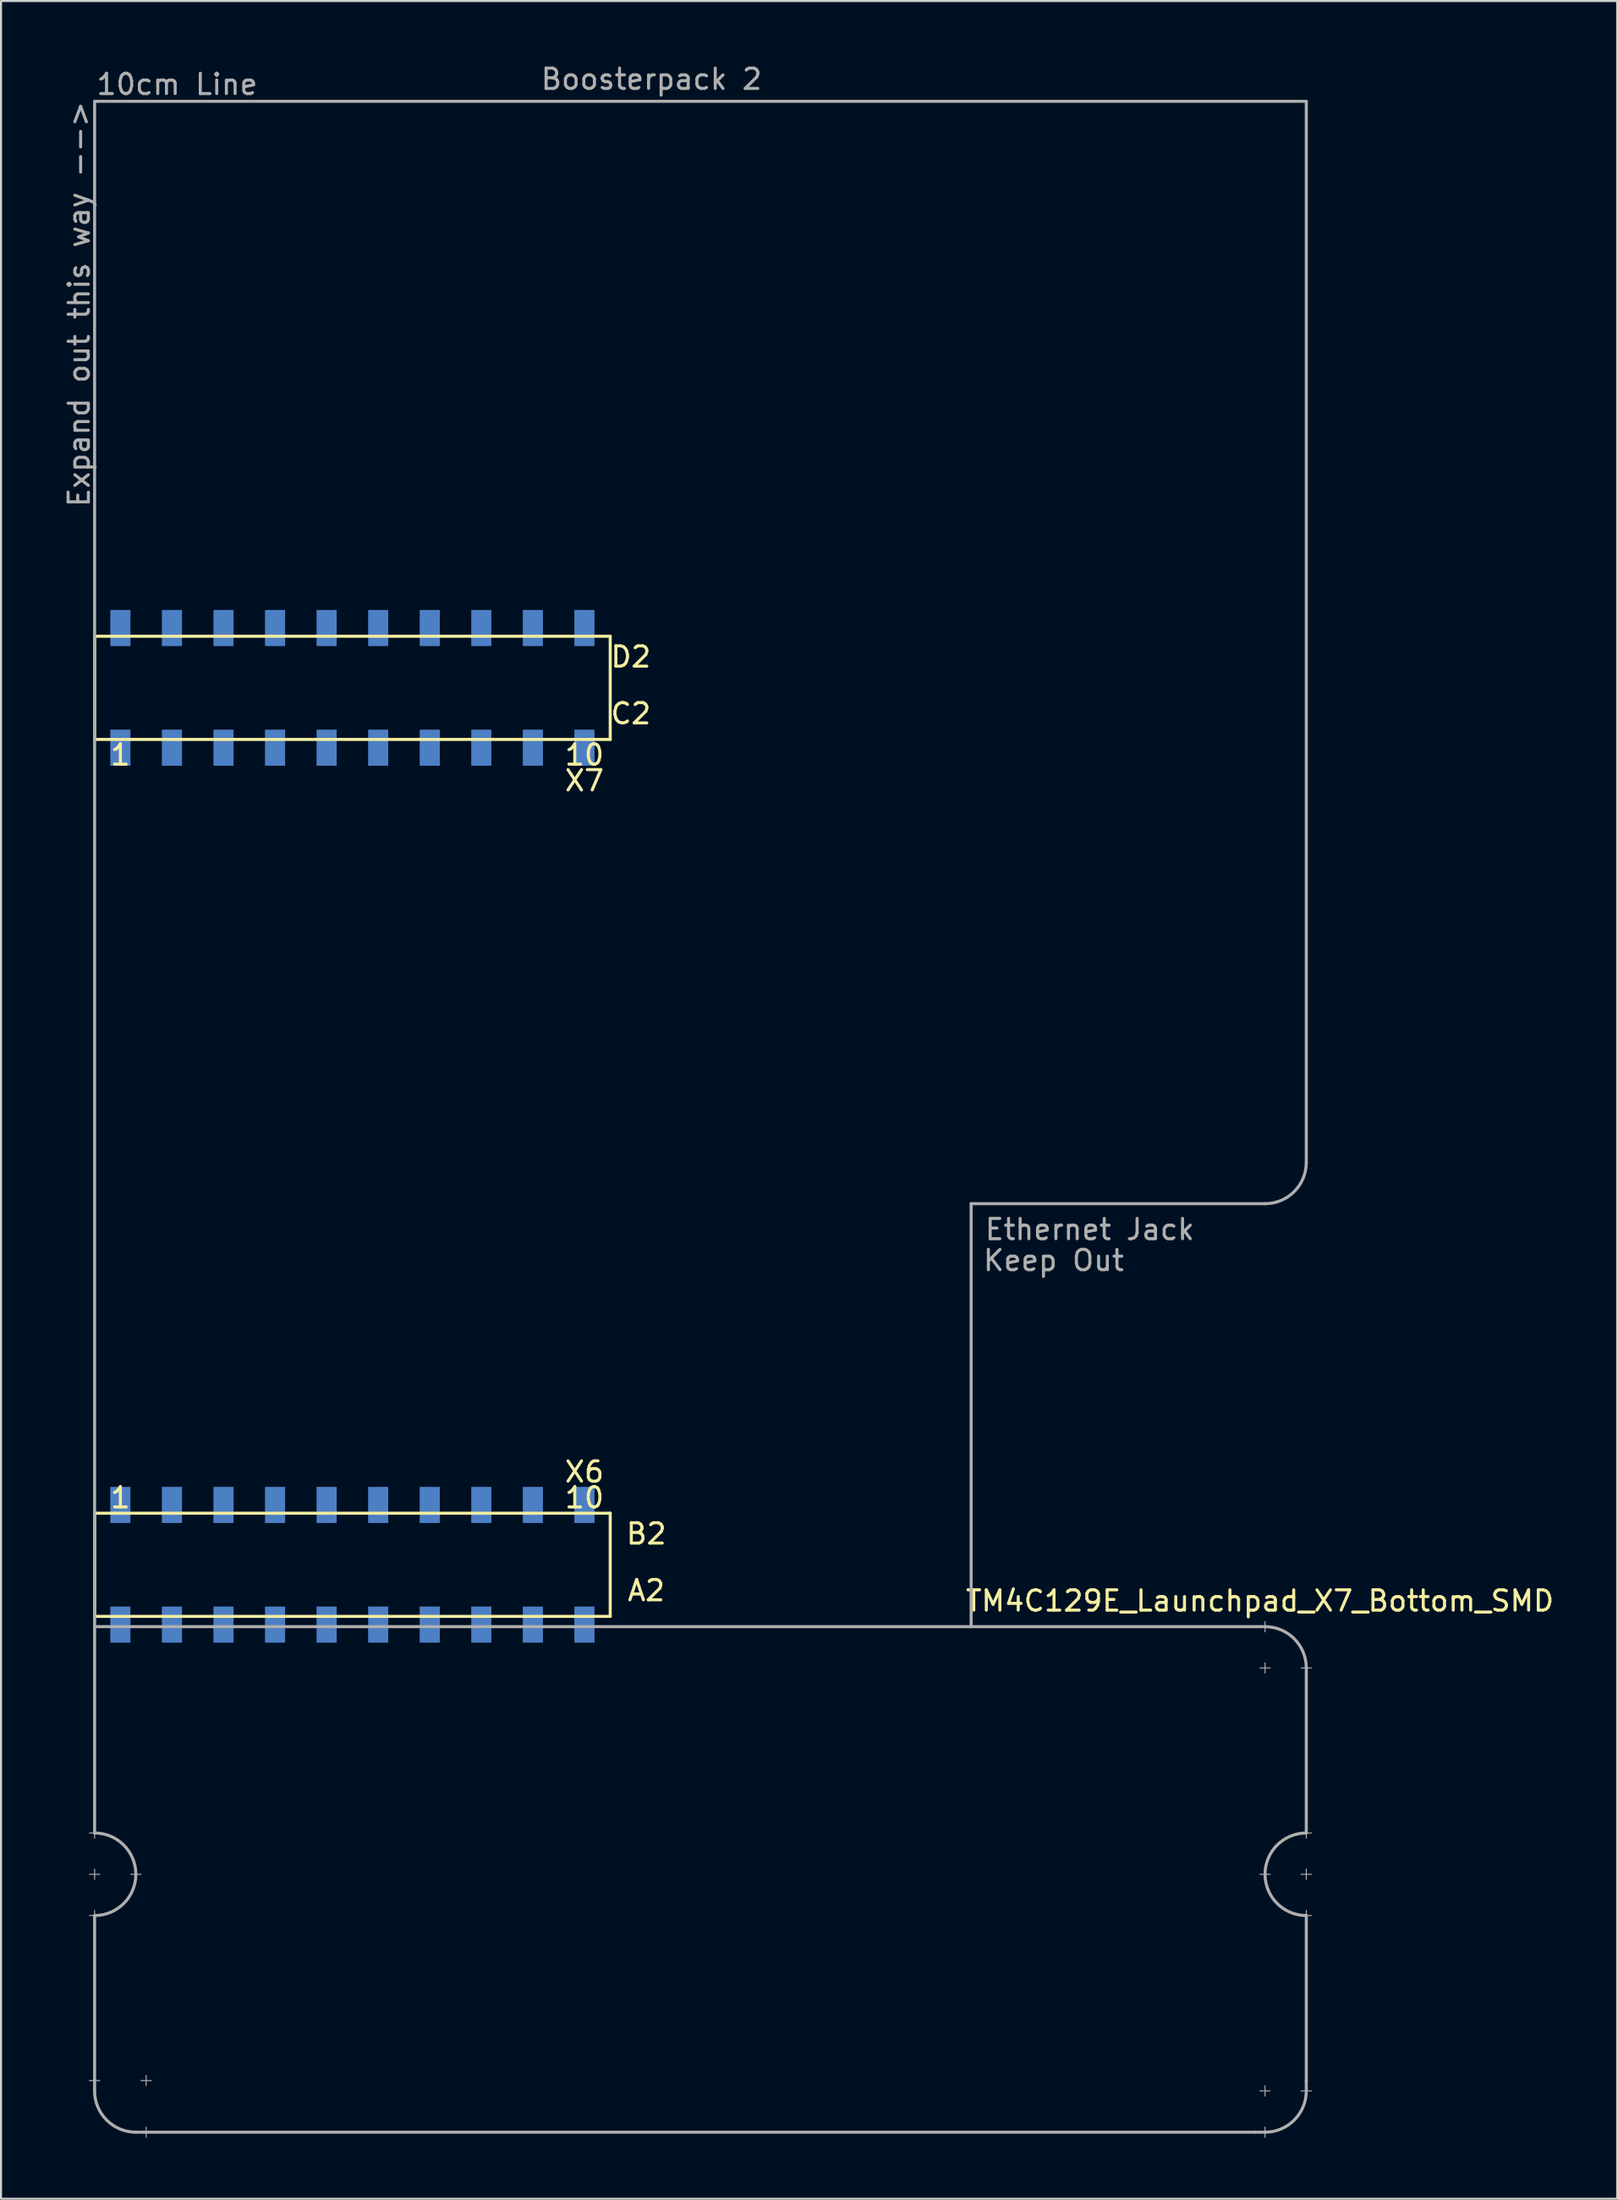
<source format=kicad_pcb>
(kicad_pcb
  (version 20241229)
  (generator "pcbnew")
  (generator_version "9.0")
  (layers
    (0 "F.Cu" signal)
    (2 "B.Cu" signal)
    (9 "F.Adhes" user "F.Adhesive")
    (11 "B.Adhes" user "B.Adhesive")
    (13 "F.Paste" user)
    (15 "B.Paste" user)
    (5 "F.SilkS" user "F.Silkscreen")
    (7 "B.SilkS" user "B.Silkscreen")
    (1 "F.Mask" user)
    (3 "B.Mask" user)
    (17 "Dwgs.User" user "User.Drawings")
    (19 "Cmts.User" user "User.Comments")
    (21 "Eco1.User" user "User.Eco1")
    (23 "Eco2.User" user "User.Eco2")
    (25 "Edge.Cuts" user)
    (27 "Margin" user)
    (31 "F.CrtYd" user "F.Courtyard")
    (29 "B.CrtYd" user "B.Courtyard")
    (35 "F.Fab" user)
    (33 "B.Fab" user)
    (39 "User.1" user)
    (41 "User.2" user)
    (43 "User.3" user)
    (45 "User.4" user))
  (footprint "TM4C129E_Launchpad_X7_Bottom_SMD"
    (layer "F.Cu")
    (at 1.61 77.048)
    (property "Reference" "TM4C129E_Launchpad_X7_Bottom_SMD" (at 57.404 -1.27 180) (layer "F.SilkS") (effects (font (size 1 1) (thickness 0.15))))
    (attr through_hole)
    (fp_line (start 0 -48.768) (end 0 -43.688) (stroke (width 0.15) (type solid)) (layer "F.SilkS"))
    (fp_line (start 0 -43.688) (end 25.4 -43.688) (stroke (width 0.15) (type solid)) (layer "F.SilkS"))
    (fp_line (start 0 -5.588) (end 0 -0.508) (stroke (width 0.15) (type solid)) (layer "F.SilkS"))
    (fp_line (start 0 -0.508) (end 25.4 -0.508) (stroke (width 0.15) (type solid)) (layer "F.SilkS"))
    (fp_line (start 25.4 -48.768) (end 0 -48.768) (stroke (width 0.15) (type solid)) (layer "F.SilkS"))
    (fp_line (start 25.4 -43.688) (end 25.4 -48.768) (stroke (width 0.15) (type solid)) (layer "F.SilkS"))
    (fp_line (start 25.4 -5.588) (end 0 -5.588) (stroke (width 0.15) (type solid)) (layer "F.SilkS"))
    (fp_line (start 25.4 -0.508) (end 25.4 -5.588) (stroke (width 0.15) (type solid)) (layer "F.SilkS"))
    (fp_line (start 0 -75.108) (end 59.69 -75.108) (stroke (width 0.15) (type solid)) (layer "F.Fab"))
    (fp_line (start 0 -0.508) (end 0 -75.108) (stroke (width 0.15) (type solid)) (layer "F.Fab"))
    (fp_line (start 0 -0.508) (end 0 10.16) (stroke (width 0.15) (type solid)) (layer "F.Fab"))
    (fp_line (start 0 0) (end 57.658 0) (stroke (width 0.15) (type solid)) (layer "F.Fab"))
    (fp_line (start 0 10.414) (end 0 9.906) (stroke (width 0.05) (type solid)) (layer "F.Fab"))
    (fp_line (start 0 12.446) (end 0 11.938) (stroke (width 0.05) (type solid)) (layer "F.Fab"))
    (fp_line (start 0 14.224) (end 0 22.352) (stroke (width 0.15) (type solid)) (layer "F.Fab"))
    (fp_line (start 0 14.478) (end 0 13.97) (stroke (width 0.05) (type solid)) (layer "F.Fab"))
    (fp_line (start 0 22.86) (end 0 22.327) (stroke (width 0.15) (type solid)) (layer "F.Fab"))
    (fp_line (start 0.254 10.16) (end -0.254 10.16) (stroke (width 0.05) (type solid)) (layer "F.Fab"))
    (fp_line (start 0.254 12.192) (end -0.254 12.192) (stroke (width 0.05) (type solid)) (layer "F.Fab"))
    (fp_line (start 0.254 14.224) (end -0.254 14.224) (stroke (width 0.05) (type solid)) (layer "F.Fab"))
    (fp_line (start 0.254 22.352) (end -0.254 22.352) (stroke (width 0.05) (type solid)) (layer "F.Fab"))
    (fp_line (start 2.032 24.892) (end 2.54 24.892) (stroke (width 0.15) (type solid)) (layer "F.Fab"))
    (fp_line (start 2.286 12.192) (end 1.778 12.192) (stroke (width 0.05) (type solid)) (layer "F.Fab"))
    (fp_line (start 2.54 22.606) (end 2.54 22.098) (stroke (width 0.05) (type solid)) (layer "F.Fab"))
    (fp_line (start 2.54 25.146) (end 2.54 24.638) (stroke (width 0.05) (type solid)) (layer "F.Fab"))
    (fp_line (start 2.794 22.352) (end 2.286 22.352) (stroke (width 0.05) (type solid)) (layer "F.Fab"))
    (fp_line (start 43.18 -20.828) (end 43.18 0) (stroke (width 0.15) (type solid)) (layer "F.Fab"))
    (fp_line (start 57.15 24.892) (end 2.54 24.892) (stroke (width 0.15) (type solid)) (layer "F.Fab"))
    (fp_line (start 57.15 24.892) (end 57.658 24.892) (stroke (width 0.15) (type solid)) (layer "F.Fab"))
    (fp_line (start 57.658 -20.828) (end 43.18 -20.828) (stroke (width 0.15) (type solid)) (layer "F.Fab"))
    (fp_line (start 57.658 0.254) (end 57.658 -0.254) (stroke (width 0.05) (type solid)) (layer "F.Fab"))
    (fp_line (start 57.658 2.286) (end 57.658 1.778) (stroke (width 0.05) (type solid)) (layer "F.Fab"))
    (fp_line (start 57.658 23.114) (end 57.658 22.606) (stroke (width 0.05) (type solid)) (layer "F.Fab"))
    (fp_line (start 57.658 25.146) (end 57.658 24.638) (stroke (width 0.05) (type solid)) (layer "F.Fab"))
    (fp_line (start 57.912 2.032) (end 57.404 2.032) (stroke (width 0.05) (type solid)) (layer "F.Fab"))
    (fp_line (start 57.912 12.192) (end 57.404 12.192) (stroke (width 0.05) (type solid)) (layer "F.Fab"))
    (fp_line (start 57.912 22.86) (end 57.404 22.86) (stroke (width 0.05) (type solid)) (layer "F.Fab"))
    (fp_line (start 59.69 -75.108) (end 59.69 -22.86) (stroke (width 0.15) (type solid)) (layer "F.Fab"))
    (fp_line (start 59.69 2.032) (end 59.69 10.16) (stroke (width 0.15) (type solid)) (layer "F.Fab"))
    (fp_line (start 59.69 10.414) (end 59.69 9.906) (stroke (width 0.05) (type solid)) (layer "F.Fab"))
    (fp_line (start 59.69 12.446) (end 59.69 11.938) (stroke (width 0.05) (type solid)) (layer "F.Fab"))
    (fp_line (start 59.69 14.224) (end 59.69 22.352) (stroke (width 0.15) (type solid)) (layer "F.Fab"))
    (fp_line (start 59.69 14.478) (end 59.69 13.97) (stroke (width 0.05) (type solid)) (layer "F.Fab"))
    (fp_line (start 59.69 22.86) (end 59.69 22.352) (stroke (width 0.15) (type solid)) (layer "F.Fab"))
    (fp_line (start 59.944 2.032) (end 59.436 2.032) (stroke (width 0.05) (type solid)) (layer "F.Fab"))
    (fp_line (start 59.944 10.16) (end 59.436 10.16) (stroke (width 0.05) (type solid)) (layer "F.Fab"))
    (fp_line (start 59.944 12.192) (end 59.436 12.192) (stroke (width 0.05) (type solid)) (layer "F.Fab"))
    (fp_line (start 59.944 14.224) (end 59.436 14.224) (stroke (width 0.05) (type solid)) (layer "F.Fab"))
    (fp_line (start 59.944 22.86) (end 59.436 22.86) (stroke (width 0.05) (type solid)) (layer "F.Fab"))
    (fp_arc (start 0 10.16) (mid 1.436841 10.755159) (end 2.032 12.192) (stroke (width 0.15) (type solid)) (layer "F.Fab"))
    (fp_arc (start 2.032 12.192) (mid 1.436841 13.628841) (end 0 14.224) (stroke (width 0.15) (type solid)) (layer "F.Fab"))
    (fp_arc (start 2.032 24.892) (mid 0.595159 24.296841) (end 0 22.86) (stroke (width 0.15) (type solid)) (layer "F.Fab"))
    (fp_arc (start 57.658 0) (mid 59.094841 0.595159) (end 59.69 2.032) (stroke (width 0.15) (type solid)) (layer "F.Fab"))
    (fp_arc (start 57.658 12.192) (mid 58.253159 10.755159) (end 59.69 10.16) (stroke (width 0.15) (type solid)) (layer "F.Fab"))
    (fp_arc (start 59.69 -22.86) (mid 59.094841 -21.423159) (end 57.658 -20.828) (stroke (width 0.15) (type solid)) (layer "F.Fab"))
    (fp_arc (start 59.69 14.224) (mid 58.253159 13.628841) (end 57.658 12.192) (stroke (width 0.15) (type solid)) (layer "F.Fab"))
    (fp_arc (start 59.69 22.86) (mid 59.094841 24.296841) (end 57.658 24.892) (stroke (width 0.15) (type solid)) (layer "F.Fab"))
    (fp_text user "1" (at 1.27 -6.35 180) (layer "F.SilkS") (effects (font (size 1 1) (thickness 0.15))))
    (fp_text user "10" (at 24.13 -6.35 180) (layer "F.SilkS") (effects (font (size 1 1) (thickness 0.15))))
    (fp_text user "D2" (at 26.416 -47.752 0) (layer "F.SilkS") (effects (font (size 1 1) (thickness 0.15))))
    (fp_text user "10" (at 24.13 -42.926 180) (layer "F.SilkS") (effects (font (size 1 1) (thickness 0.15))))
    (fp_text user "1" (at 1.27 -42.926 180) (layer "F.SilkS") (effects (font (size 1 1) (thickness 0.15))))
    (fp_text user "X6" (at 24.13 -7.62 0) (layer "F.SilkS") (effects (font (size 1 1) (thickness 0.15))))
    (fp_text user "A2" (at 27.178 -1.778 180) (layer "F.SilkS") (effects (font (size 1 1) (thickness 0.15))))
    (fp_text user "B2" (at 27.178 -4.572 180) (layer "F.SilkS") (effects (font (size 1 1) (thickness 0.15))))
    (fp_text user "X7" (at 24.13 -41.656 180) (layer "F.SilkS") (effects (font (size 1 1) (thickness 0.15))))
    (fp_text user "C2" (at 26.416 -44.958 180) (layer "F.SilkS") (effects (font (size 1 1) (thickness 0.15))))
    (fp_text user "Expand out this way -->" (at -0.762 -65.126 90) (layer "F.Fab") (effects (font (size 1 1) (thickness 0.15))))
    (fp_text user "Keep Out" (at 47.244 -18.034 0) (layer "F.Fab") (effects (font (size 1 1) (thickness 0.15))))
    (fp_text user "10cm Line" (at 4.064 -75.946 0) (layer "F.Fab") (effects (font (size 1 1) (thickness 0.15))))
    (fp_text user "Boosterpack 2" (at 27.432 -76.2 0) (layer "F.Fab") (effects (font (size 1 1) (thickness 0.15))))
    (fp_text user "Ethernet Jack" (at 49.022 -19.558 0) (layer "F.Fab") (effects (font (size 1 1) (thickness 0.15))))
    (pad "+3V3" smd rect (at 1.27 -0.102 180) (size 0.991 1.778) (layers "B.Cu" "B.Mask" "B.Paste"))
    (pad "+5V" smd rect (at 1.27 -5.994 180) (size 0.991 1.778) (layers "B.Cu" "B.Mask" "B.Paste"))
    (pad "GND" smd rect (at 1.27 -49.174 180) (size 0.991 1.778) (layers "B.Cu" "B.Mask" "B.Paste"))
    (pad "GND" smd rect (at 3.81 -5.994 180) (size 0.991 1.778) (layers "B.Cu" "B.Mask" "B.Paste"))
    (pad "PA4" smd rect (at 21.59 -5.994 180) (size 0.991 1.778) (layers "B.Cu" "B.Mask" "B.Paste"))
    (pad "PA5" smd rect (at 24.13 -5.994 180) (size 0.991 1.778) (layers "B.Cu" "B.Mask" "B.Paste"))
    (pad "PA7" smd rect (at 8.89 -49.174 180) (size 0.991 1.778) (layers "B.Cu" "B.Mask" "B.Paste"))
    (pad "PB4" smd rect (at 6.35 -5.994 180) (size 0.991 1.778) (layers "B.Cu" "B.Mask" "B.Paste"))
    (pad "PB5" smd rect (at 8.89 -5.994 180) (size 0.991 1.778) (layers "B.Cu" "B.Mask" "B.Paste"))
    (pad "PD2" smd rect (at 3.81 -0.102 180) (size 0.991 1.778) (layers "B.Cu" "B.Mask" "B.Paste"))
    (pad "PD4" smd rect (at 11.43 -0.102 180) (size 0.991 1.778) (layers "B.Cu" "B.Mask" "B.Paste"))
    (pad "PD5" smd rect (at 13.97 -0.102 180) (size 0.991 1.778) (layers "B.Cu" "B.Mask" "B.Paste"))
    (pad "PG1" smd rect (at 1.27 -43.282 180) (size 0.991 1.778) (layers "B.Cu" "B.Mask" "B.Paste"))
    (pad "PH0" smd rect (at 16.51 -43.282 180) (size 0.991 1.778) (layers "B.Cu" "B.Mask" "B.Paste"))
    (pad "PH1" smd rect (at 19.05 -43.282 180) (size 0.991 1.778) (layers "B.Cu" "B.Mask" "B.Paste"))
    (pad "PK0" smd rect (at 11.43 -5.994 180) (size 0.991 1.778) (layers "B.Cu" "B.Mask" "B.Paste"))
    (pad "PK1" smd rect (at 13.97 -5.994 180) (size 0.991 1.778) (layers "B.Cu" "B.Mask" "B.Paste"))
    (pad "PK2" smd rect (at 16.51 -5.994 180) (size 0.991 1.778) (layers "B.Cu" "B.Mask" "B.Paste"))
    (pad "PK3" smd rect (at 19.05 -5.994 180) (size 0.991 1.778) (layers "B.Cu" "B.Mask" "B.Paste"))
    (pad "PK4" smd rect (at 3.81 -43.282 180) (size 0.991 1.778) (layers "B.Cu" "B.Mask" "B.Paste"))
    (pad "PK5" smd rect (at 6.35 -43.282 180) (size 0.991 1.778) (layers "B.Cu" "B.Mask" "B.Paste"))
    (pad "PK6" smd rect (at 21.59 -43.282 180) (size 0.991 1.778) (layers "B.Cu" "B.Mask" "B.Paste"))
    (pad "PK7" smd rect (at 24.13 -43.282 180) (size 0.991 1.778) (layers "B.Cu" "B.Mask" "B.Paste"))
    (pad "PM0" smd rect (at 8.89 -43.282 180) (size 0.991 1.778) (layers "B.Cu" "B.Mask" "B.Paste"))
    (pad "PM1" smd rect (at 11.43 -43.282 180) (size 0.991 1.778) (layers "B.Cu" "B.Mask" "B.Paste"))
    (pad "PM2" smd rect (at 13.97 -43.282 180) (size 0.991 1.778) (layers "B.Cu" "B.Mask" "B.Paste"))
    (pad "PM6" smd rect (at 24.13 -49.174 180) (size 0.991 1.778) (layers "B.Cu" "B.Mask" "B.Paste"))
    (pad "PM7" smd rect (at 3.81 -49.174 180) (size 0.991 1.778) (layers "B.Cu" "B.Mask" "B.Paste"))
    (pad "PN4" smd rect (at 24.13 -0.102 180) (size 0.991 1.778) (layers "B.Cu" "B.Mask" "B.Paste"))
    (pad "PN5" smd rect (at 21.59 -0.102 180) (size 0.991 1.778) (layers "B.Cu" "B.Mask" "B.Paste"))
    (pad "PP0" smd rect (at 6.35 -0.102 180) (size 0.991 1.778) (layers "B.Cu" "B.Mask" "B.Paste"))
    (pad "PP1" smd rect (at 8.89 -0.102 180) (size 0.991 1.778) (layers "B.Cu" "B.Mask" "B.Paste"))
    (pad "PP3" smd rect (at 19.05 -49.174 180) (size 0.991 1.778) (layers "B.Cu" "B.Mask" "B.Paste"))
    (pad "PP4" smd rect (at 19.05 -0.102 180) (size 0.991 1.778) (layers "B.Cu" "B.Mask" "B.Paste"))
    (pad "PP5" smd rect (at 6.35 -49.174 180) (size 0.991 1.778) (layers "B.Cu" "B.Mask" "B.Paste"))
    (pad "PQ0" smd rect (at 16.51 -0.102 180) (size 0.991 1.778) (layers "B.Cu" "B.Mask" "B.Paste"))
    (pad "PQ1" smd rect (at 21.59 -49.174 180) (size 0.991 1.778) (layers "B.Cu" "B.Mask" "B.Paste"))
    (pad "PQ2" smd rect (at 13.97 -49.174 180) (size 0.991 1.778) (layers "B.Cu" "B.Mask" "B.Paste"))
    (pad "PQ3" smd rect (at 16.51 -49.174 180) (size 0.991 1.778) (layers "B.Cu" "B.Mask" "B.Paste"))
    (pad "Rese" smd rect (at 11.43 -49.174 180) (size 0.991 1.778) (layers "B.Cu" "B.Mask" "B.Paste")))
  (gr_rect
    (start -3 -3)
    (end 76.615 105.219)
    (stroke (width 0.1) (type default))
    (fill no)
    (layer "Edge.Cuts")))
</source>
